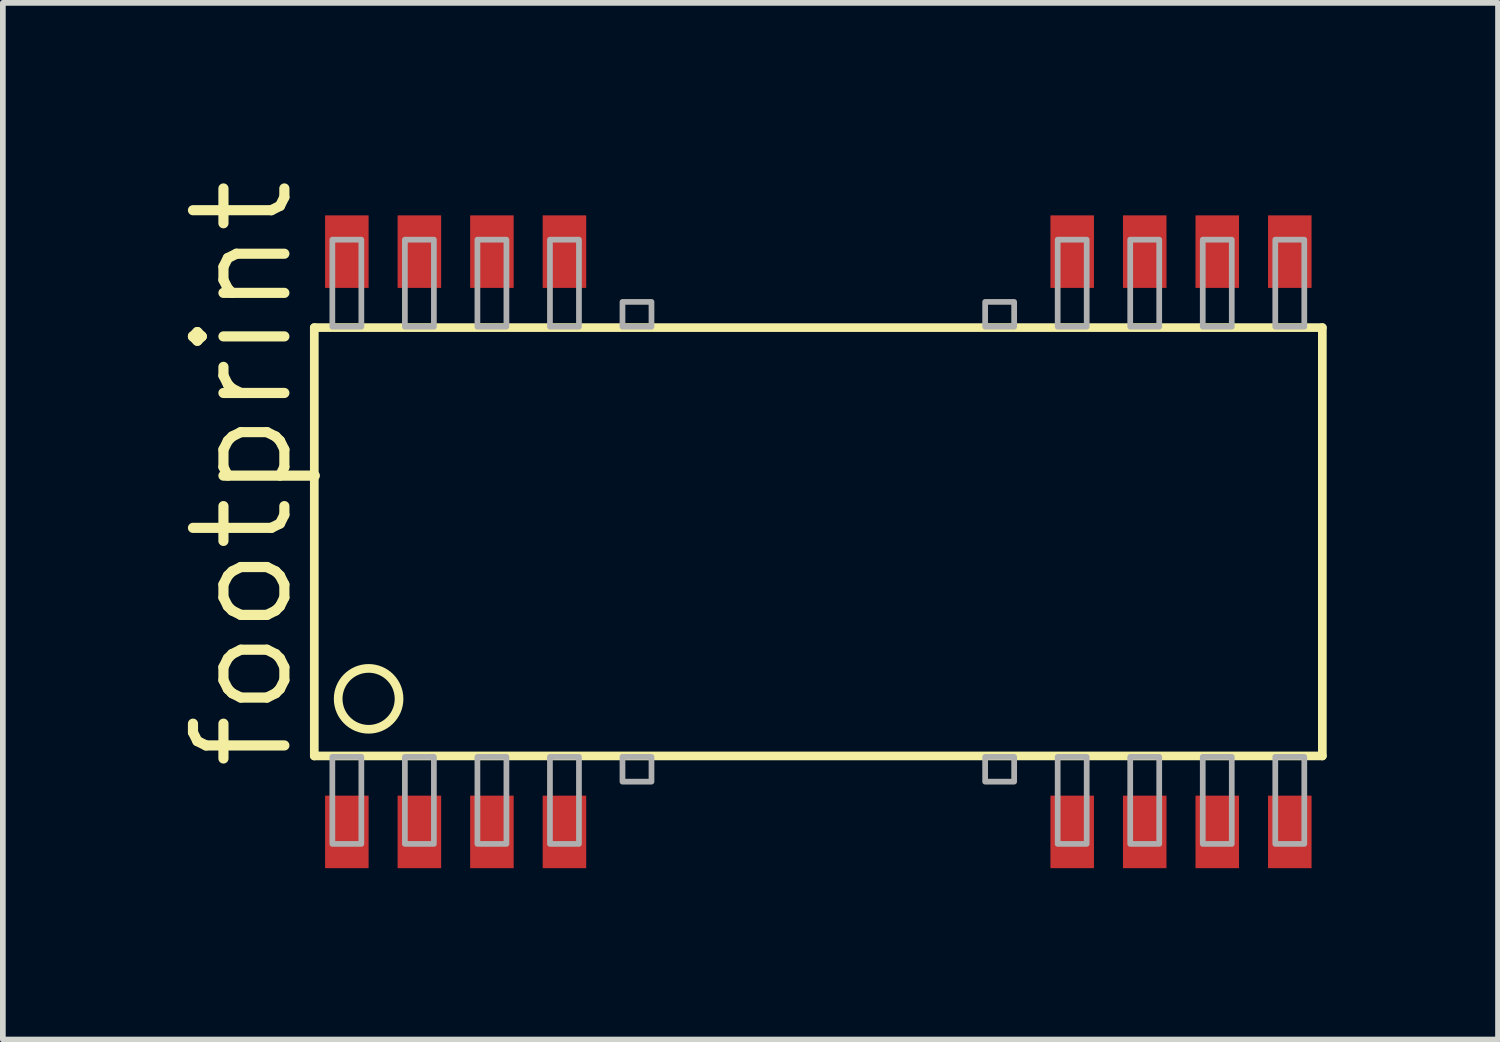
<source format=kicad_pcb>
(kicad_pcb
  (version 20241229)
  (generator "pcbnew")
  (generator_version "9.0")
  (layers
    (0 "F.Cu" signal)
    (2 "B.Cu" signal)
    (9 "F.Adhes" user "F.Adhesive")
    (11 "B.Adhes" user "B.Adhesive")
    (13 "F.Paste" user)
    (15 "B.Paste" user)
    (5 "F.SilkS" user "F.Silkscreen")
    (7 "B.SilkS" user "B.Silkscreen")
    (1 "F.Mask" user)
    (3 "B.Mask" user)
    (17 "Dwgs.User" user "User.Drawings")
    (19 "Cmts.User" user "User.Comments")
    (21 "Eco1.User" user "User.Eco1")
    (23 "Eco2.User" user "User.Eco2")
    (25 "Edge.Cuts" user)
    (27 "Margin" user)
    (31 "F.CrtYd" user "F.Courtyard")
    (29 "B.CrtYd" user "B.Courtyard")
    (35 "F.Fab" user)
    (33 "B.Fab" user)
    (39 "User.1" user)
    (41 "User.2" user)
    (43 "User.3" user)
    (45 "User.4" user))
  (footprint "footprint"
    (layer "F.Cu")
    (at 11.278 6.436)
    (property "Reference" "footprint" (at -9.144 4.064 90) (layer "F.SilkS") (effects (font (size 1.6 1.6) (thickness 0.178)) (justify left bottom)))
    (fp_line (start -8.825 -3.75) (end -8.825 3.75) (stroke (width 0.152) (type solid)) (layer "F.SilkS"))
    (fp_line (start -8.825 3.75) (end 8.825 3.75) (stroke (width 0.152) (type solid)) (layer "F.SilkS"))
    (fp_line (start 8.825 -3.75) (end -8.825 -3.75) (stroke (width 0.152) (type solid)) (layer "F.SilkS"))
    (fp_line (start 8.825 3.75) (end 8.825 -3.75) (stroke (width 0.152) (type solid)) (layer "F.SilkS"))
    (fp_circle (center -7.874 2.75) (end -7.341 2.75) (stroke (width 0.152) (type solid)) (fill no) (layer "F.SilkS"))
    (fp_poly (pts (xy -8.509 5.29) (xy -8.001 5.29) (xy -8.001 3.766) (xy -8.509 3.766)) (stroke (width 0.1) (type solid)) (fill no) (layer "F.Fab"))
    (fp_poly (pts (xy -8.001 -5.29) (xy -8.509 -5.29) (xy -8.509 -3.766) (xy -8.001 -3.766)) (stroke (width 0.1) (type solid)) (fill no) (layer "F.Fab"))
    (fp_poly (pts (xy -7.239 5.29) (xy -6.731 5.29) (xy -6.731 3.766) (xy -7.239 3.766)) (stroke (width 0.1) (type solid)) (fill no) (layer "F.Fab"))
    (fp_poly (pts (xy -6.731 -5.29) (xy -7.239 -5.29) (xy -7.239 -3.766) (xy -6.731 -3.766)) (stroke (width 0.1) (type solid)) (fill no) (layer "F.Fab"))
    (fp_poly (pts (xy -5.969 5.29) (xy -5.461 5.29) (xy -5.461 3.766) (xy -5.969 3.766)) (stroke (width 0.1) (type solid)) (fill no) (layer "F.Fab"))
    (fp_poly (pts (xy -5.461 -5.29) (xy -5.969 -5.29) (xy -5.969 -3.766) (xy -5.461 -3.766)) (stroke (width 0.1) (type solid)) (fill no) (layer "F.Fab"))
    (fp_poly (pts (xy -4.699 5.29) (xy -4.191 5.29) (xy -4.191 3.766) (xy -4.699 3.766)) (stroke (width 0.1) (type solid)) (fill no) (layer "F.Fab"))
    (fp_poly (pts (xy -4.191 -5.29) (xy -4.699 -5.29) (xy -4.699 -3.766) (xy -4.191 -3.766)) (stroke (width 0.1) (type solid)) (fill no) (layer "F.Fab"))
    (fp_poly (pts (xy -3.429 4.2) (xy -2.921 4.2) (xy -2.921 3.766) (xy -3.429 3.766)) (stroke (width 0.1) (type solid)) (fill no) (layer "F.Fab"))
    (fp_poly (pts (xy -2.921 -4.2) (xy -3.429 -4.2) (xy -3.429 -3.766) (xy -2.921 -3.766)) (stroke (width 0.1) (type solid)) (fill no) (layer "F.Fab"))
    (fp_poly (pts (xy 2.921 4.2) (xy 3.429 4.2) (xy 3.429 3.766) (xy 2.921 3.766)) (stroke (width 0.1) (type solid)) (fill no) (layer "F.Fab"))
    (fp_poly (pts (xy 3.429 -4.2) (xy 2.921 -4.2) (xy 2.921 -3.766) (xy 3.429 -3.766)) (stroke (width 0.1) (type solid)) (fill no) (layer "F.Fab"))
    (fp_poly (pts (xy 4.191 5.29) (xy 4.699 5.29) (xy 4.699 3.766) (xy 4.191 3.766)) (stroke (width 0.1) (type solid)) (fill no) (layer "F.Fab"))
    (fp_poly (pts (xy 4.699 -5.29) (xy 4.191 -5.29) (xy 4.191 -3.766) (xy 4.699 -3.766)) (stroke (width 0.1) (type solid)) (fill no) (layer "F.Fab"))
    (fp_poly (pts (xy 5.461 5.29) (xy 5.969 5.29) (xy 5.969 3.766) (xy 5.461 3.766)) (stroke (width 0.1) (type solid)) (fill no) (layer "F.Fab"))
    (fp_poly (pts (xy 5.969 -5.29) (xy 5.461 -5.29) (xy 5.461 -3.766) (xy 5.969 -3.766)) (stroke (width 0.1) (type solid)) (fill no) (layer "F.Fab"))
    (fp_poly (pts (xy 6.731 5.29) (xy 7.239 5.29) (xy 7.239 3.766) (xy 6.731 3.766)) (stroke (width 0.1) (type solid)) (fill no) (layer "F.Fab"))
    (fp_poly (pts (xy 7.239 -5.29) (xy 6.731 -5.29) (xy 6.731 -3.766) (xy 7.239 -3.766)) (stroke (width 0.1) (type solid)) (fill no) (layer "F.Fab"))
    (fp_poly (pts (xy 8.001 5.29) (xy 8.509 5.29) (xy 8.509 3.766) (xy 8.001 3.766)) (stroke (width 0.1) (type solid)) (fill no) (layer "F.Fab"))
    (fp_poly (pts (xy 8.509 -5.29) (xy 8.001 -5.29) (xy 8.001 -3.766) (xy 8.509 -3.766)) (stroke (width 0.1) (type solid)) (fill no) (layer "F.Fab"))
    (pad "1" smd rect (at -8.255 5.08) (size 0.762 1.27) (layers "F.Cu" "F.Mask" "F.Paste"))
    (pad "2" smd rect (at -6.985 5.08) (size 0.762 1.27) (layers "F.Cu" "F.Mask" "F.Paste"))
    (pad "3" smd rect (at -5.715 5.08) (size 0.762 1.27) (layers "F.Cu" "F.Mask" "F.Paste"))
    (pad "4" smd rect (at -4.445 5.08) (size 0.762 1.27) (layers "F.Cu" "F.Mask" "F.Paste"))
    (pad "11" smd rect (at 4.445 5.08) (size 0.762 1.27) (layers "F.Cu" "F.Mask" "F.Paste"))
    (pad "12" smd rect (at 5.715 5.08) (size 0.762 1.27) (layers "F.Cu" "F.Mask" "F.Paste"))
    (pad "13" smd rect (at 6.985 5.08) (size 0.762 1.27) (layers "F.Cu" "F.Mask" "F.Paste"))
    (pad "14" smd rect (at 8.255 5.08) (size 0.762 1.27) (layers "F.Cu" "F.Mask" "F.Paste"))
    (pad "15" smd rect (at 8.255 -5.08) (size 0.762 1.27) (layers "F.Cu" "F.Mask" "F.Paste"))
    (pad "16" smd rect (at 6.985 -5.08) (size 0.762 1.27) (layers "F.Cu" "F.Mask" "F.Paste"))
    (pad "17" smd rect (at 5.715 -5.08) (size 0.762 1.27) (layers "F.Cu" "F.Mask" "F.Paste"))
    (pad "18" smd rect (at 4.445 -5.08) (size 0.762 1.27) (layers "F.Cu" "F.Mask" "F.Paste"))
    (pad "25" smd rect (at -4.445 -5.08) (size 0.762 1.27) (layers "F.Cu" "F.Mask" "F.Paste"))
    (pad "26" smd rect (at -5.715 -5.08) (size 0.762 1.27) (layers "F.Cu" "F.Mask" "F.Paste"))
    (pad "27" smd rect (at -6.985 -5.08) (size 0.762 1.27) (layers "F.Cu" "F.Mask" "F.Paste"))
    (pad "28" smd rect (at -8.255 -5.08) (size 0.762 1.27) (layers "F.Cu" "F.Mask" "F.Paste")))
  (gr_rect
    (start -3 -3)
    (end 23.179 15.151)
    (stroke (width 0.1) (type default))
    (fill no)
    (layer "Edge.Cuts")))
</source>
